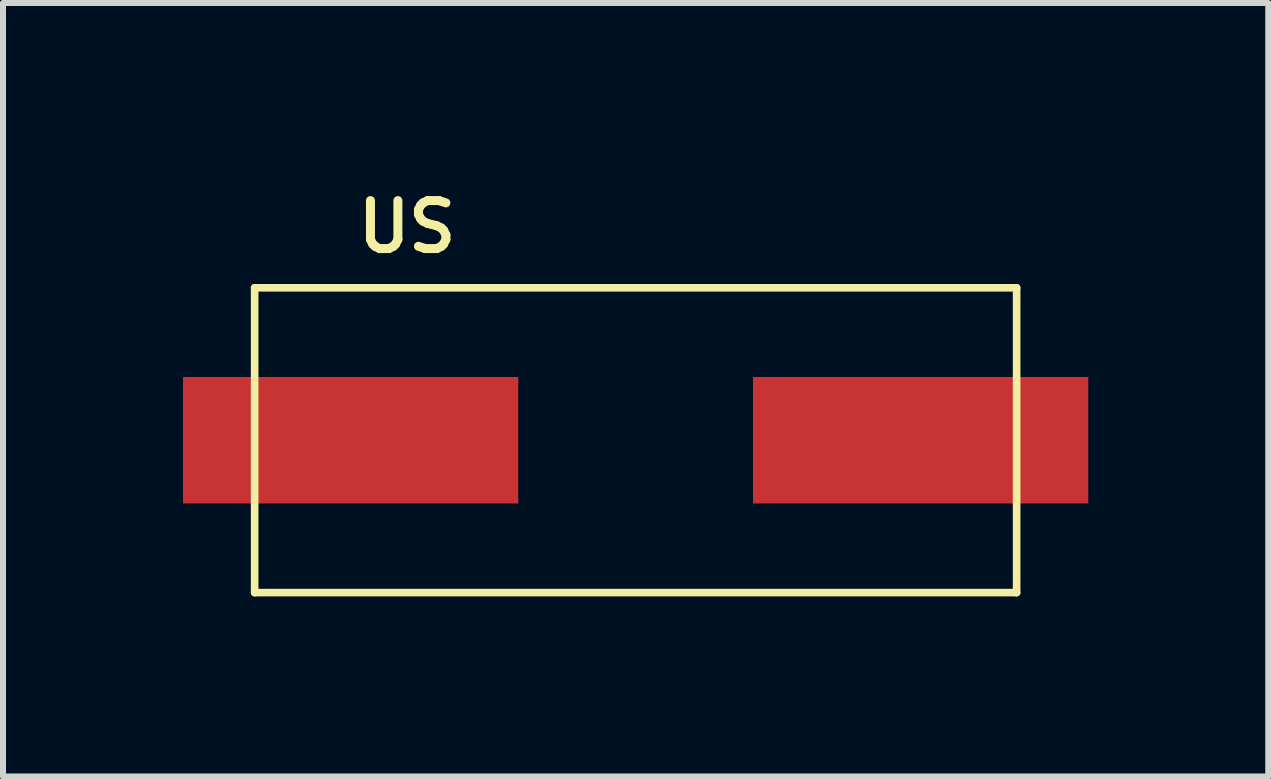
<source format=kicad_pcb>
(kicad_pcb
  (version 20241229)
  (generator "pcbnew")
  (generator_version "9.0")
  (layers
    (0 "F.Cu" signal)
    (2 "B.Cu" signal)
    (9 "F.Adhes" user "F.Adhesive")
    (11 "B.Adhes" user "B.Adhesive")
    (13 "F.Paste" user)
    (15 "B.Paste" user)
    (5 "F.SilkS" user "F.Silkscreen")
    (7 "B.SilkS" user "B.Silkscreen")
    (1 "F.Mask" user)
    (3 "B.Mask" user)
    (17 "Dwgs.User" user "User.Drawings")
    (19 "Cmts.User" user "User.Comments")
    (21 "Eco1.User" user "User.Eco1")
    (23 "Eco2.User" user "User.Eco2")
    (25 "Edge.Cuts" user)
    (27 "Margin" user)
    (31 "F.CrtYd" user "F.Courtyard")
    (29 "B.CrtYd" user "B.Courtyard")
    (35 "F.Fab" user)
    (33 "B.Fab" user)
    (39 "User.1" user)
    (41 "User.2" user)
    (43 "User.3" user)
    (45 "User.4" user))
  (footprint "US"
    (layer "F.Cu")
    (at 7.544 4.287)
    (property "Reference" "US" (at -3.81 -3.556 0) (layer "F.SilkS") (effects (font (size 0.8 0.8) (thickness 0.15))))
    (attr through_hole)
    (fp_line (start -6.35 -2.54) (end 6.35 -2.54) (stroke (width 0.127) (type solid)) (layer "F.SilkS"))
    (fp_line (start -6.35 2.54) (end -6.35 -2.54) (stroke (width 0.127) (type solid)) (layer "F.SilkS"))
    (fp_line (start 6.35 -2.54) (end 6.35 2.54) (stroke (width 0.127) (type solid)) (layer "F.SilkS"))
    (fp_line (start 6.35 2.54) (end -6.35 2.54) (stroke (width 0.127) (type solid)) (layer "F.SilkS"))
    (pad "P$1" smd rect (at 4.75 0) (size 5.588 2.108) (layers "F.Cu" "F.Mask" "F.Paste"))
    (pad "P$2" smd rect (at -4.75 0) (size 5.588 2.108) (layers "F.Cu" "F.Mask" "F.Paste")))
  (gr_rect
    (start -3 -3)
    (end 18.088 9.891)
    (stroke (width 0.1) (type default))
    (fill no)
    (layer "Edge.Cuts")))
</source>
